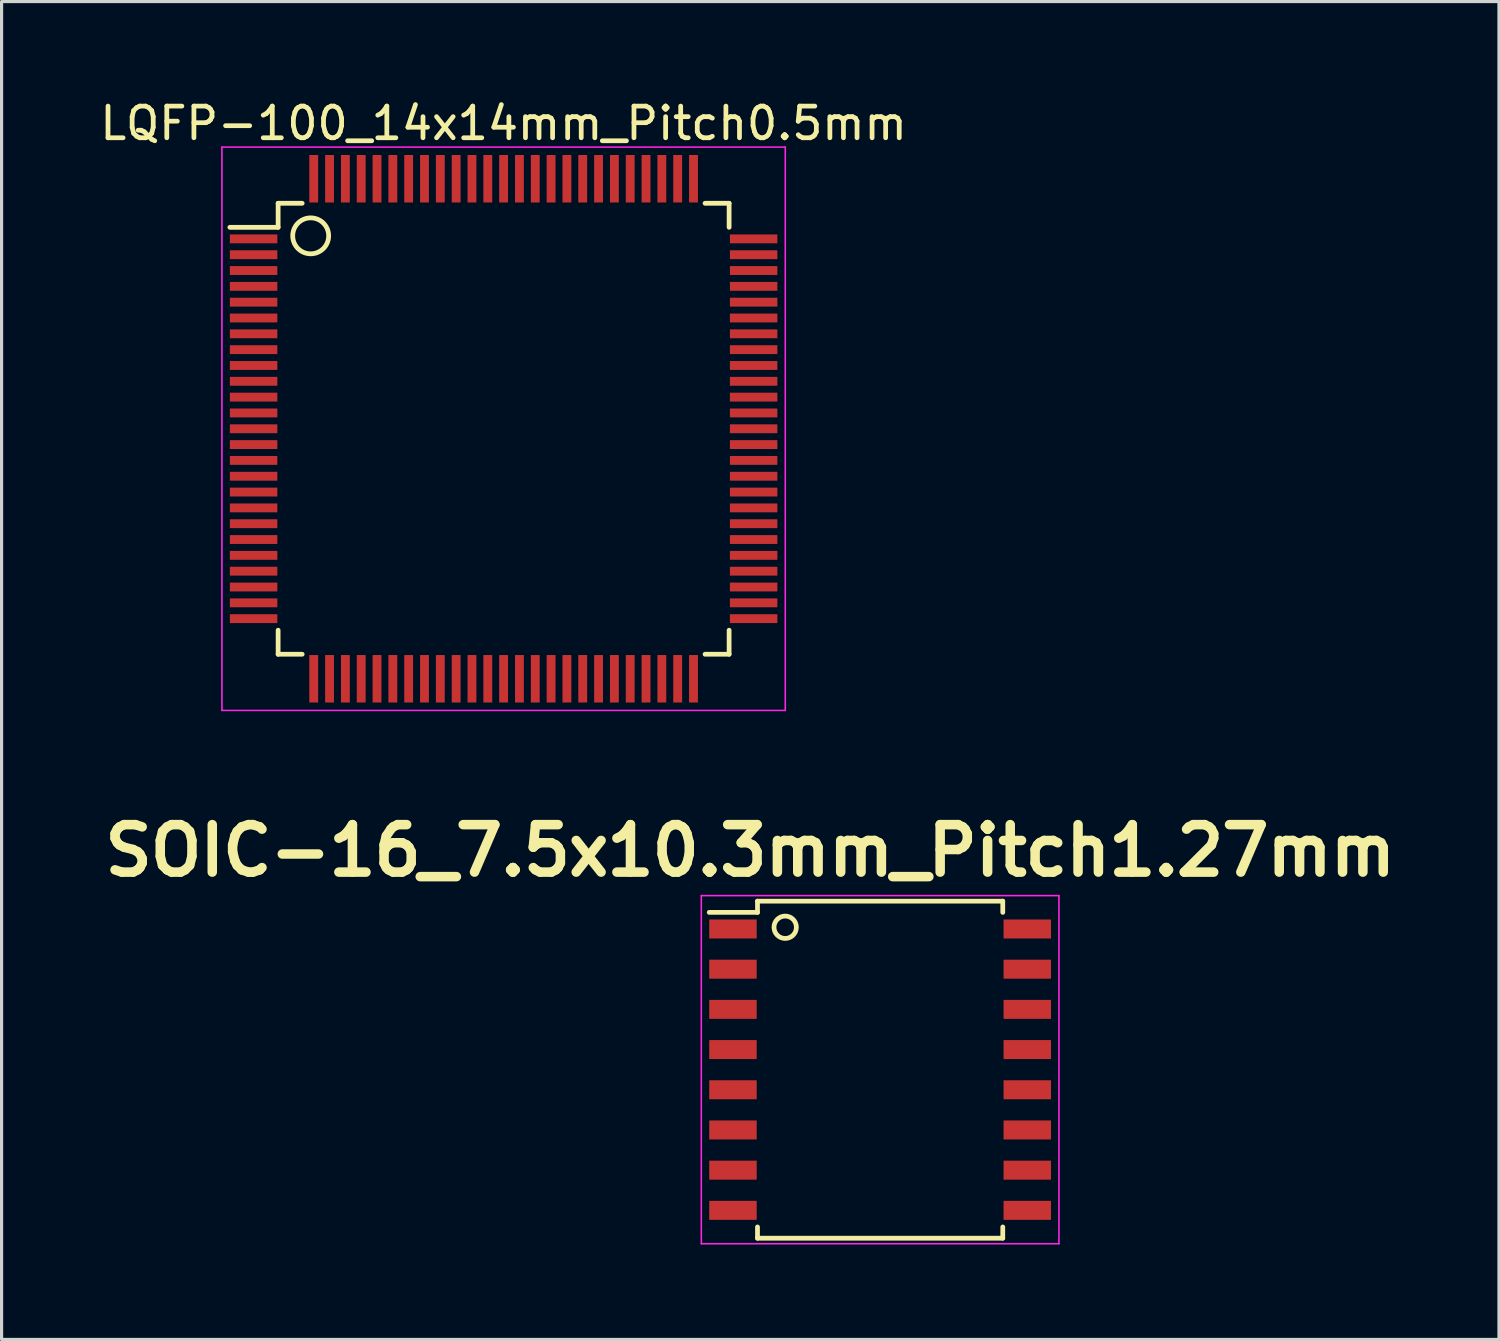
<source format=kicad_pcb>
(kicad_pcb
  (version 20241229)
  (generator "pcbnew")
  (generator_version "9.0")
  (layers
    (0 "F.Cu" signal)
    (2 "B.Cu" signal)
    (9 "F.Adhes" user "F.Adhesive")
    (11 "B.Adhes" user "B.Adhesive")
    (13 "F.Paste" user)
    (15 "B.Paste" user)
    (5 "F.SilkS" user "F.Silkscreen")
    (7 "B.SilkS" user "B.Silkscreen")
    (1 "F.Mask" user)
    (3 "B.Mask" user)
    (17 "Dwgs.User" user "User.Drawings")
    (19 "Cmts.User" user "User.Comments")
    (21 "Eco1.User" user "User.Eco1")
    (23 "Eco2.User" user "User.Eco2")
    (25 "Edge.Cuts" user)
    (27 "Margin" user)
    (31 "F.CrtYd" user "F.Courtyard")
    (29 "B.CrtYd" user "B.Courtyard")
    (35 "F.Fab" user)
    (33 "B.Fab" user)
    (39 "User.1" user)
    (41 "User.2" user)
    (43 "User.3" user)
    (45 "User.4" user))
  (footprint "LQFP-100_14x14mm_Pitch0.5mm"
    (layer "F.Cu")
    (at 12.863 10.498)
    (property "Reference" "LQFP-100_14x14mm_Pitch0.5mm" (at 0 -9.65 0) (layer "F.SilkS") (effects (font (size 1 1) (thickness 0.15))))
    (attr smd)
    (fp_line (start -7.125 -7.125) (end -7.125 -6.365) (stroke (width 0.15) (type solid)) (layer "F.SilkS"))
    (fp_line (start -7.125 -7.125) (end -6.365 -7.125) (stroke (width 0.15) (type solid)) (layer "F.SilkS"))
    (fp_line (start -7.125 -6.365) (end -8.65 -6.365) (stroke (width 0.15) (type solid)) (layer "F.SilkS"))
    (fp_line (start -7.125 7.125) (end -7.125 6.365) (stroke (width 0.15) (type solid)) (layer "F.SilkS"))
    (fp_line (start -7.125 7.125) (end -6.365 7.125) (stroke (width 0.15) (type solid)) (layer "F.SilkS"))
    (fp_line (start 7.125 -7.125) (end 6.365 -7.125) (stroke (width 0.15) (type solid)) (layer "F.SilkS"))
    (fp_line (start 7.125 -7.125) (end 7.125 -6.365) (stroke (width 0.15) (type solid)) (layer "F.SilkS"))
    (fp_line (start 7.125 7.125) (end 6.365 7.125) (stroke (width 0.15) (type solid)) (layer "F.SilkS"))
    (fp_line (start 7.125 7.125) (end 7.125 6.365) (stroke (width 0.15) (type solid)) (layer "F.SilkS"))
    (fp_circle (center -6.096 -6.096) (end -5.842 -5.588) (stroke (width 0.15) (type solid)) (fill no) (layer "F.SilkS"))
    (fp_line (start -8.9 -8.9) (end -8.9 8.9) (stroke (width 0.05) (type solid)) (layer "F.CrtYd"))
    (fp_line (start -8.9 -8.9) (end 8.9 -8.9) (stroke (width 0.05) (type solid)) (layer "F.CrtYd"))
    (fp_line (start -8.9 8.9) (end 8.9 8.9) (stroke (width 0.05) (type solid)) (layer "F.CrtYd"))
    (fp_line (start 8.9 -8.9) (end 8.9 8.9) (stroke (width 0.05) (type solid)) (layer "F.CrtYd"))
    (pad "1" smd rect (at -7.9 -6) (size 1.5 0.28) (layers "F.Cu" "F.Mask" "F.Paste"))
    (pad "2" smd rect (at -7.9 -5.5) (size 1.5 0.28) (layers "F.Cu" "F.Mask" "F.Paste"))
    (pad "3" smd rect (at -7.9 -5) (size 1.5 0.28) (layers "F.Cu" "F.Mask" "F.Paste"))
    (pad "4" smd rect (at -7.9 -4.5) (size 1.5 0.28) (layers "F.Cu" "F.Mask" "F.Paste"))
    (pad "5" smd rect (at -7.9 -4) (size 1.5 0.28) (layers "F.Cu" "F.Mask" "F.Paste"))
    (pad "6" smd rect (at -7.9 -3.5) (size 1.5 0.28) (layers "F.Cu" "F.Mask" "F.Paste"))
    (pad "7" smd rect (at -7.9 -3) (size 1.5 0.28) (layers "F.Cu" "F.Mask" "F.Paste"))
    (pad "8" smd rect (at -7.9 -2.5) (size 1.5 0.28) (layers "F.Cu" "F.Mask" "F.Paste"))
    (pad "9" smd rect (at -7.9 -2) (size 1.5 0.28) (layers "F.Cu" "F.Mask" "F.Paste"))
    (pad "10" smd rect (at -7.9 -1.5) (size 1.5 0.28) (layers "F.Cu" "F.Mask" "F.Paste"))
    (pad "11" smd rect (at -7.9 -1) (size 1.5 0.28) (layers "F.Cu" "F.Mask" "F.Paste"))
    (pad "12" smd rect (at -7.9 -0.5) (size 1.5 0.28) (layers "F.Cu" "F.Mask" "F.Paste"))
    (pad "13" smd rect (at -7.9 0) (size 1.5 0.28) (layers "F.Cu" "F.Mask" "F.Paste"))
    (pad "14" smd rect (at -7.9 0.5) (size 1.5 0.28) (layers "F.Cu" "F.Mask" "F.Paste"))
    (pad "15" smd rect (at -7.9 1) (size 1.5 0.28) (layers "F.Cu" "F.Mask" "F.Paste"))
    (pad "16" smd rect (at -7.9 1.5) (size 1.5 0.28) (layers "F.Cu" "F.Mask" "F.Paste"))
    (pad "17" smd rect (at -7.9 2) (size 1.5 0.28) (layers "F.Cu" "F.Mask" "F.Paste"))
    (pad "18" smd rect (at -7.9 2.5) (size 1.5 0.28) (layers "F.Cu" "F.Mask" "F.Paste"))
    (pad "19" smd rect (at -7.9 3) (size 1.5 0.28) (layers "F.Cu" "F.Mask" "F.Paste"))
    (pad "20" smd rect (at -7.9 3.5) (size 1.5 0.28) (layers "F.Cu" "F.Mask" "F.Paste"))
    (pad "21" smd rect (at -7.9 4) (size 1.5 0.28) (layers "F.Cu" "F.Mask" "F.Paste"))
    (pad "22" smd rect (at -7.9 4.5) (size 1.5 0.28) (layers "F.Cu" "F.Mask" "F.Paste"))
    (pad "23" smd rect (at -7.9 5) (size 1.5 0.28) (layers "F.Cu" "F.Mask" "F.Paste"))
    (pad "24" smd rect (at -7.9 5.5) (size 1.5 0.28) (layers "F.Cu" "F.Mask" "F.Paste"))
    (pad "25" smd rect (at -7.9 6) (size 1.5 0.28) (layers "F.Cu" "F.Mask" "F.Paste"))
    (pad "26" smd rect (at -6 7.9 90) (size 1.5 0.28) (layers "F.Cu" "F.Mask" "F.Paste"))
    (pad "27" smd rect (at -5.5 7.9 90) (size 1.5 0.28) (layers "F.Cu" "F.Mask" "F.Paste"))
    (pad "28" smd rect (at -5 7.9 90) (size 1.5 0.28) (layers "F.Cu" "F.Mask" "F.Paste"))
    (pad "29" smd rect (at -4.5 7.9 90) (size 1.5 0.28) (layers "F.Cu" "F.Mask" "F.Paste"))
    (pad "30" smd rect (at -4 7.9 90) (size 1.5 0.28) (layers "F.Cu" "F.Mask" "F.Paste"))
    (pad "31" smd rect (at -3.5 7.9 90) (size 1.5 0.28) (layers "F.Cu" "F.Mask" "F.Paste"))
    (pad "32" smd rect (at -3 7.9 90) (size 1.5 0.28) (layers "F.Cu" "F.Mask" "F.Paste"))
    (pad "33" smd rect (at -2.5 7.9 90) (size 1.5 0.28) (layers "F.Cu" "F.Mask" "F.Paste"))
    (pad "34" smd rect (at -2 7.9 90) (size 1.5 0.28) (layers "F.Cu" "F.Mask" "F.Paste"))
    (pad "35" smd rect (at -1.5 7.9 90) (size 1.5 0.28) (layers "F.Cu" "F.Mask" "F.Paste"))
    (pad "36" smd rect (at -1 7.9 90) (size 1.5 0.28) (layers "F.Cu" "F.Mask" "F.Paste"))
    (pad "37" smd rect (at -0.5 7.9 90) (size 1.5 0.28) (layers "F.Cu" "F.Mask" "F.Paste"))
    (pad "38" smd rect (at 0 7.9 90) (size 1.5 0.28) (layers "F.Cu" "F.Mask" "F.Paste"))
    (pad "39" smd rect (at 0.5 7.9 90) (size 1.5 0.28) (layers "F.Cu" "F.Mask" "F.Paste"))
    (pad "40" smd rect (at 1 7.9 90) (size 1.5 0.28) (layers "F.Cu" "F.Mask" "F.Paste"))
    (pad "41" smd rect (at 1.5 7.9 90) (size 1.5 0.28) (layers "F.Cu" "F.Mask" "F.Paste"))
    (pad "42" smd rect (at 2 7.9 90) (size 1.5 0.28) (layers "F.Cu" "F.Mask" "F.Paste"))
    (pad "43" smd rect (at 2.5 7.9 90) (size 1.5 0.28) (layers "F.Cu" "F.Mask" "F.Paste"))
    (pad "44" smd rect (at 3 7.9 90) (size 1.5 0.28) (layers "F.Cu" "F.Mask" "F.Paste"))
    (pad "45" smd rect (at 3.5 7.9 90) (size 1.5 0.28) (layers "F.Cu" "F.Mask" "F.Paste"))
    (pad "46" smd rect (at 4 7.9 90) (size 1.5 0.28) (layers "F.Cu" "F.Mask" "F.Paste"))
    (pad "47" smd rect (at 4.5 7.9 90) (size 1.5 0.28) (layers "F.Cu" "F.Mask" "F.Paste"))
    (pad "48" smd rect (at 5 7.9 90) (size 1.5 0.28) (layers "F.Cu" "F.Mask" "F.Paste"))
    (pad "49" smd rect (at 5.5 7.9 90) (size 1.5 0.28) (layers "F.Cu" "F.Mask" "F.Paste"))
    (pad "50" smd rect (at 6 7.9 90) (size 1.5 0.28) (layers "F.Cu" "F.Mask" "F.Paste"))
    (pad "51" smd rect (at 7.9 6) (size 1.5 0.28) (layers "F.Cu" "F.Mask" "F.Paste"))
    (pad "52" smd rect (at 7.9 5.5) (size 1.5 0.28) (layers "F.Cu" "F.Mask" "F.Paste"))
    (pad "53" smd rect (at 7.9 5) (size 1.5 0.28) (layers "F.Cu" "F.Mask" "F.Paste"))
    (pad "54" smd rect (at 7.9 4.5) (size 1.5 0.28) (layers "F.Cu" "F.Mask" "F.Paste"))
    (pad "55" smd rect (at 7.9 4) (size 1.5 0.28) (layers "F.Cu" "F.Mask" "F.Paste"))
    (pad "56" smd rect (at 7.9 3.5) (size 1.5 0.28) (layers "F.Cu" "F.Mask" "F.Paste"))
    (pad "57" smd rect (at 7.9 3) (size 1.5 0.28) (layers "F.Cu" "F.Mask" "F.Paste"))
    (pad "58" smd rect (at 7.9 2.5) (size 1.5 0.28) (layers "F.Cu" "F.Mask" "F.Paste"))
    (pad "59" smd rect (at 7.9 2) (size 1.5 0.28) (layers "F.Cu" "F.Mask" "F.Paste"))
    (pad "60" smd rect (at 7.9 1.5) (size 1.5 0.28) (layers "F.Cu" "F.Mask" "F.Paste"))
    (pad "61" smd rect (at 7.9 1) (size 1.5 0.28) (layers "F.Cu" "F.Mask" "F.Paste"))
    (pad "62" smd rect (at 7.9 0.5) (size 1.5 0.28) (layers "F.Cu" "F.Mask" "F.Paste"))
    (pad "63" smd rect (at 7.9 0) (size 1.5 0.28) (layers "F.Cu" "F.Mask" "F.Paste"))
    (pad "64" smd rect (at 7.9 -0.5) (size 1.5 0.28) (layers "F.Cu" "F.Mask" "F.Paste"))
    (pad "65" smd rect (at 7.9 -1) (size 1.5 0.28) (layers "F.Cu" "F.Mask" "F.Paste"))
    (pad "66" smd rect (at 7.9 -1.5) (size 1.5 0.28) (layers "F.Cu" "F.Mask" "F.Paste"))
    (pad "67" smd rect (at 7.9 -2) (size 1.5 0.28) (layers "F.Cu" "F.Mask" "F.Paste"))
    (pad "68" smd rect (at 7.9 -2.5) (size 1.5 0.28) (layers "F.Cu" "F.Mask" "F.Paste"))
    (pad "69" smd rect (at 7.9 -3) (size 1.5 0.28) (layers "F.Cu" "F.Mask" "F.Paste"))
    (pad "70" smd rect (at 7.9 -3.5) (size 1.5 0.28) (layers "F.Cu" "F.Mask" "F.Paste"))
    (pad "71" smd rect (at 7.9 -4) (size 1.5 0.28) (layers "F.Cu" "F.Mask" "F.Paste"))
    (pad "72" smd rect (at 7.9 -4.5) (size 1.5 0.28) (layers "F.Cu" "F.Mask" "F.Paste"))
    (pad "73" smd rect (at 7.9 -5) (size 1.5 0.28) (layers "F.Cu" "F.Mask" "F.Paste"))
    (pad "74" smd rect (at 7.9 -5.5) (size 1.5 0.28) (layers "F.Cu" "F.Mask" "F.Paste"))
    (pad "75" smd rect (at 7.9 -6) (size 1.5 0.28) (layers "F.Cu" "F.Mask" "F.Paste"))
    (pad "76" smd rect (at 6 -7.9 90) (size 1.5 0.28) (layers "F.Cu" "F.Mask" "F.Paste"))
    (pad "77" smd rect (at 5.5 -7.9 90) (size 1.5 0.28) (layers "F.Cu" "F.Mask" "F.Paste"))
    (pad "78" smd rect (at 5 -7.9 90) (size 1.5 0.28) (layers "F.Cu" "F.Mask" "F.Paste"))
    (pad "79" smd rect (at 4.5 -7.9 90) (size 1.5 0.28) (layers "F.Cu" "F.Mask" "F.Paste"))
    (pad "80" smd rect (at 4 -7.9 90) (size 1.5 0.28) (layers "F.Cu" "F.Mask" "F.Paste"))
    (pad "81" smd rect (at 3.5 -7.9 90) (size 1.5 0.28) (layers "F.Cu" "F.Mask" "F.Paste"))
    (pad "82" smd rect (at 3 -7.9 90) (size 1.5 0.28) (layers "F.Cu" "F.Mask" "F.Paste"))
    (pad "83" smd rect (at 2.5 -7.9 90) (size 1.5 0.28) (layers "F.Cu" "F.Mask" "F.Paste"))
    (pad "84" smd rect (at 2 -7.9 90) (size 1.5 0.28) (layers "F.Cu" "F.Mask" "F.Paste"))
    (pad "85" smd rect (at 1.5 -7.9 90) (size 1.5 0.28) (layers "F.Cu" "F.Mask" "F.Paste"))
    (pad "86" smd rect (at 1 -7.9 90) (size 1.5 0.28) (layers "F.Cu" "F.Mask" "F.Paste"))
    (pad "87" smd rect (at 0.5 -7.9 90) (size 1.5 0.28) (layers "F.Cu" "F.Mask" "F.Paste"))
    (pad "88" smd rect (at 0 -7.9 90) (size 1.5 0.28) (layers "F.Cu" "F.Mask" "F.Paste"))
    (pad "89" smd rect (at -0.5 -7.9 90) (size 1.5 0.28) (layers "F.Cu" "F.Mask" "F.Paste"))
    (pad "90" smd rect (at -1 -7.9 90) (size 1.5 0.28) (layers "F.Cu" "F.Mask" "F.Paste"))
    (pad "91" smd rect (at -1.5 -7.9 90) (size 1.5 0.28) (layers "F.Cu" "F.Mask" "F.Paste"))
    (pad "92" smd rect (at -2 -7.9 90) (size 1.5 0.28) (layers "F.Cu" "F.Mask" "F.Paste"))
    (pad "93" smd rect (at -2.5 -7.9 90) (size 1.5 0.28) (layers "F.Cu" "F.Mask" "F.Paste"))
    (pad "94" smd rect (at -3 -7.9 90) (size 1.5 0.28) (layers "F.Cu" "F.Mask" "F.Paste"))
    (pad "95" smd rect (at -3.5 -7.9 90) (size 1.5 0.28) (layers "F.Cu" "F.Mask" "F.Paste"))
    (pad "96" smd rect (at -4 -7.9 90) (size 1.5 0.28) (layers "F.Cu" "F.Mask" "F.Paste"))
    (pad "97" smd rect (at -4.5 -7.9 90) (size 1.5 0.28) (layers "F.Cu" "F.Mask" "F.Paste"))
    (pad "98" smd rect (at -5 -7.9 90) (size 1.5 0.28) (layers "F.Cu" "F.Mask" "F.Paste"))
    (pad "99" smd rect (at -5.5 -7.9 90) (size 1.5 0.28) (layers "F.Cu" "F.Mask" "F.Paste"))
    (pad "100" smd rect (at -6 -7.9 90) (size 1.5 0.28) (layers "F.Cu" "F.Mask" "F.Paste")))
  (footprint "SOIC-16_7.5x10.3mm_Pitch1.27mm"
    (layer "F.Cu")
    (at 24.76 30.749)
    (property "Reference" "SOIC-16_7.5x10.3mm_Pitch1.27mm" (at -4.103 -6.921 0) (layer "F.SilkS") (effects (font (size 1.5 1.5) (thickness 0.3))))
    (attr smd)
    (fp_line (start -3.875 -5.325) (end -3.875 -4.97) (stroke (width 0.15) (type solid)) (layer "F.SilkS"))
    (fp_line (start -3.875 -5.325) (end 3.875 -5.325) (stroke (width 0.15) (type solid)) (layer "F.SilkS"))
    (fp_line (start -3.875 -4.97) (end -5.4 -4.97) (stroke (width 0.15) (type solid)) (layer "F.SilkS"))
    (fp_line (start -3.875 5.325) (end -3.875 4.97) (stroke (width 0.15) (type solid)) (layer "F.SilkS"))
    (fp_line (start -3.875 5.325) (end 3.875 5.325) (stroke (width 0.15) (type solid)) (layer "F.SilkS"))
    (fp_line (start 3.875 -5.325) (end 3.875 -4.97) (stroke (width 0.15) (type solid)) (layer "F.SilkS"))
    (fp_line (start 3.875 5.325) (end 3.875 4.97) (stroke (width 0.15) (type solid)) (layer "F.SilkS"))
    (fp_circle (center -3 -4.5) (end -2.75 -4.25) (stroke (width 0.15) (type solid)) (fill no) (layer "F.SilkS"))
    (fp_line (start -5.65 -5.5) (end -5.65 5.5) (stroke (width 0.05) (type solid)) (layer "F.CrtYd"))
    (fp_line (start -5.65 -5.5) (end 5.65 -5.5) (stroke (width 0.05) (type solid)) (layer "F.CrtYd"))
    (fp_line (start -5.65 5.5) (end 5.65 5.5) (stroke (width 0.05) (type solid)) (layer "F.CrtYd"))
    (fp_line (start 5.65 -5.5) (end 5.65 5.5) (stroke (width 0.05) (type solid)) (layer "F.CrtYd"))
    (pad "1" smd rect (at -4.65 -4.445) (size 1.5 0.6) (layers "F.Cu" "F.Mask" "F.Paste"))
    (pad "2" smd rect (at -4.65 -3.175) (size 1.5 0.6) (layers "F.Cu" "F.Mask" "F.Paste"))
    (pad "3" smd rect (at -4.65 -1.905) (size 1.5 0.6) (layers "F.Cu" "F.Mask" "F.Paste"))
    (pad "4" smd rect (at -4.65 -0.635) (size 1.5 0.6) (layers "F.Cu" "F.Mask" "F.Paste"))
    (pad "5" smd rect (at -4.65 0.635) (size 1.5 0.6) (layers "F.Cu" "F.Mask" "F.Paste"))
    (pad "6" smd rect (at -4.65 1.905) (size 1.5 0.6) (layers "F.Cu" "F.Mask" "F.Paste"))
    (pad "7" smd rect (at -4.65 3.175) (size 1.5 0.6) (layers "F.Cu" "F.Mask" "F.Paste"))
    (pad "8" smd rect (at -4.65 4.445) (size 1.5 0.6) (layers "F.Cu" "F.Mask" "F.Paste"))
    (pad "9" smd rect (at 4.65 4.445) (size 1.5 0.6) (layers "F.Cu" "F.Mask" "F.Paste"))
    (pad "10" smd rect (at 4.65 3.175) (size 1.5 0.6) (layers "F.Cu" "F.Mask" "F.Paste"))
    (pad "11" smd rect (at 4.65 1.905) (size 1.5 0.6) (layers "F.Cu" "F.Mask" "F.Paste"))
    (pad "12" smd rect (at 4.65 0.635) (size 1.5 0.6) (layers "F.Cu" "F.Mask" "F.Paste"))
    (pad "13" smd rect (at 4.65 -0.635) (size 1.5 0.6) (layers "F.Cu" "F.Mask" "F.Paste"))
    (pad "14" smd rect (at 4.65 -1.905) (size 1.5 0.6) (layers "F.Cu" "F.Mask" "F.Paste"))
    (pad "15" smd rect (at 4.65 -3.175) (size 1.5 0.6) (layers "F.Cu" "F.Mask" "F.Paste"))
    (pad "16" smd rect (at 4.65 -4.445) (size 1.5 0.6) (layers "F.Cu" "F.Mask" "F.Paste")))
  (gr_rect
    (start -3 -3)
    (end 44.314 39.274)
    (stroke (width 0.1) (type default))
    (fill no)
    (layer "Edge.Cuts")))
</source>
